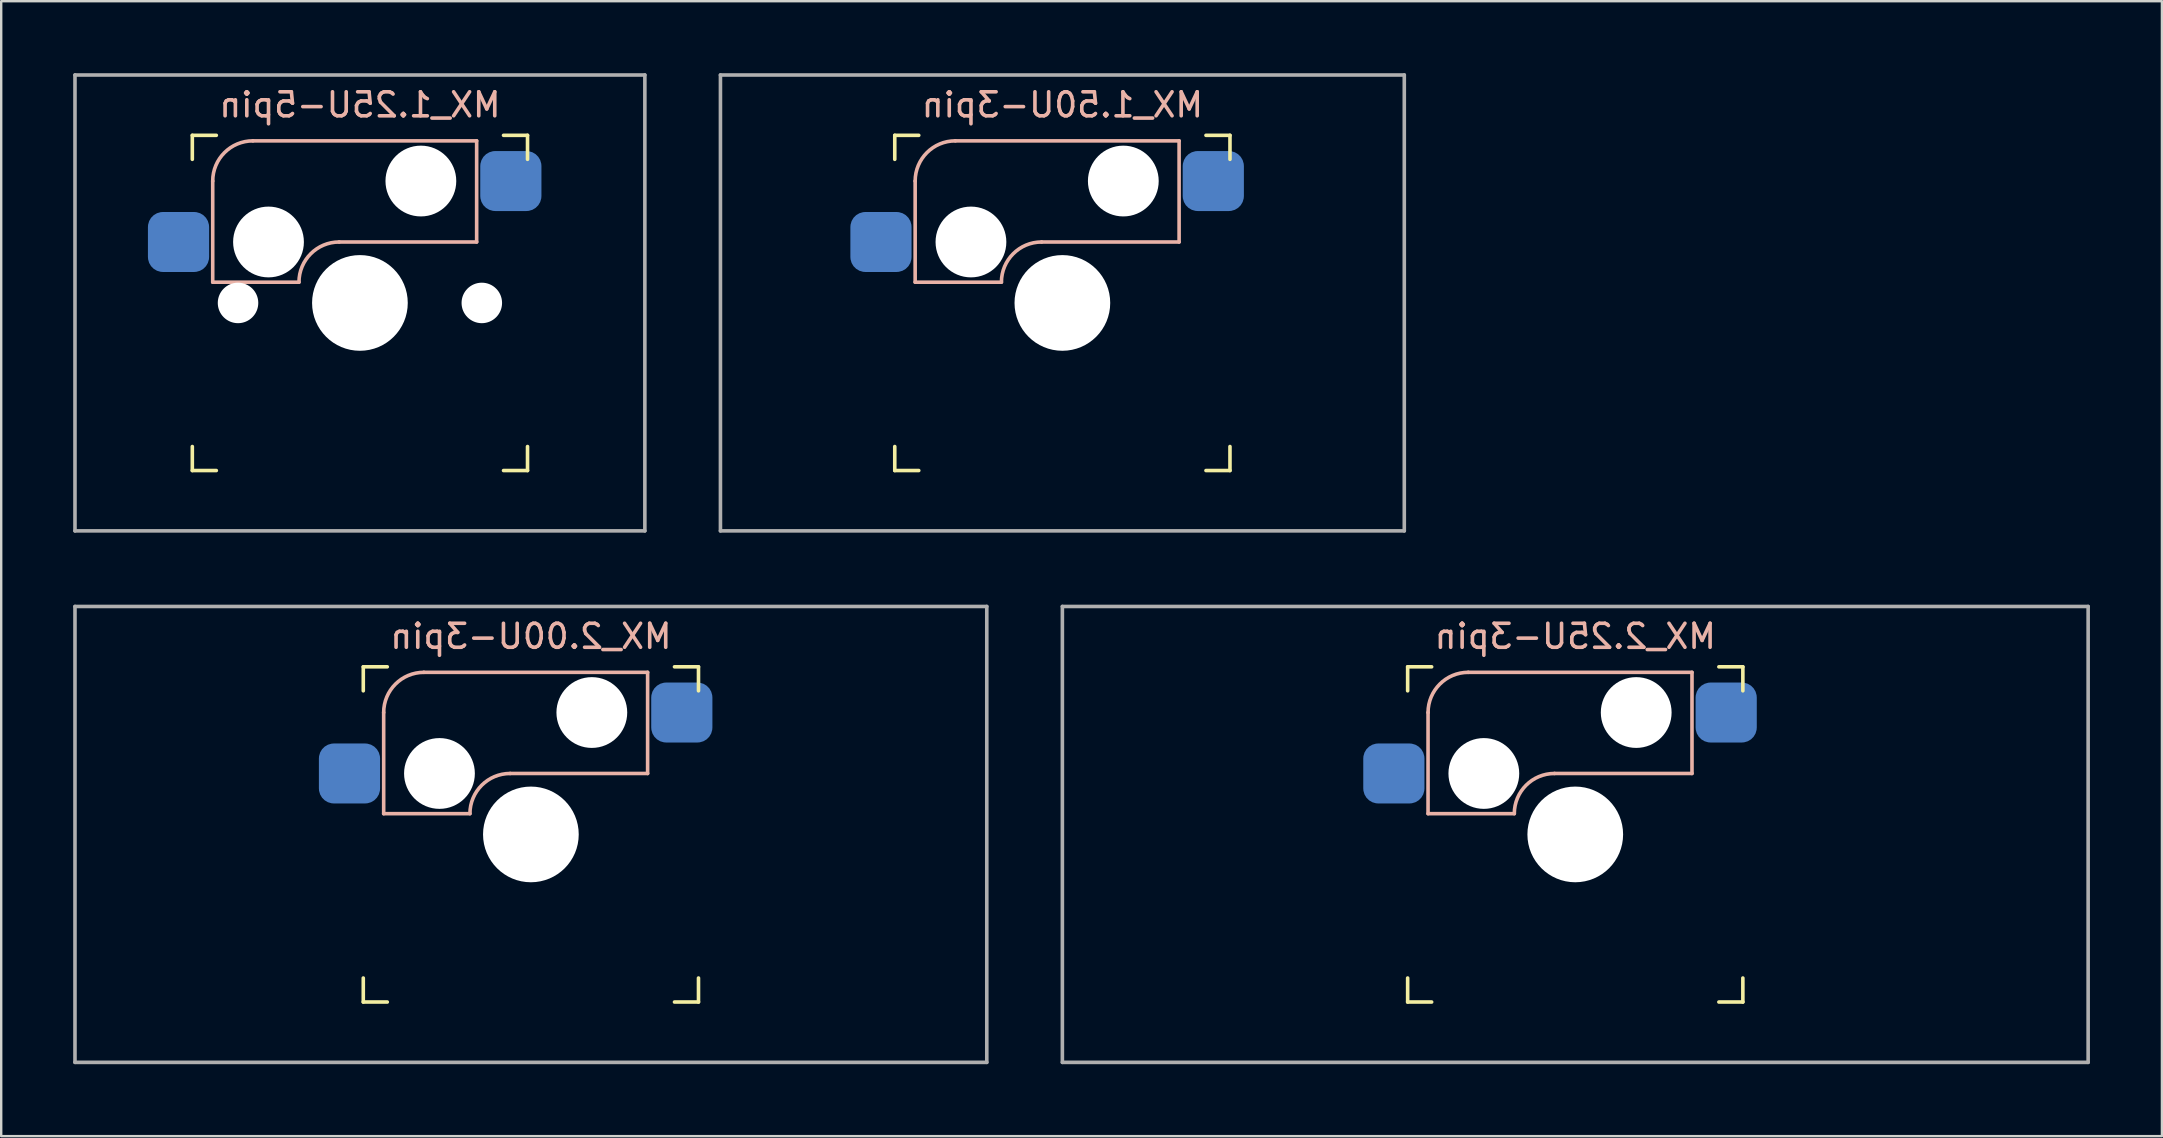
<source format=kicad_pcb>
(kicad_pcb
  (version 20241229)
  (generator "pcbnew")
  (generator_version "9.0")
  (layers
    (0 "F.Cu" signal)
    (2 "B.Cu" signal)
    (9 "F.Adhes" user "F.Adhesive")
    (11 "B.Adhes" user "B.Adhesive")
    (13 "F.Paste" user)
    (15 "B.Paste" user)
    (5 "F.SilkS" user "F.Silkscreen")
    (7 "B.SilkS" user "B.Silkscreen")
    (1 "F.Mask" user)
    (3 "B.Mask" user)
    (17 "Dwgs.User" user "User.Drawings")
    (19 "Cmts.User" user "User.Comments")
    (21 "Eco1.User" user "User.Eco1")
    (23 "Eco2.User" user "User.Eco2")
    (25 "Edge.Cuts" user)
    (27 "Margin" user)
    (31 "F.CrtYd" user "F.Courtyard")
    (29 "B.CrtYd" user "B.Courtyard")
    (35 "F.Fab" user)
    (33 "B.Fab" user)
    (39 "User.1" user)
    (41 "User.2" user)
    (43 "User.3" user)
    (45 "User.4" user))
  (footprint "MX_2.00U-3pin"
    (layer "F.Cu")
    (at 19.075 31.725)
    (property "Reference" "MX_2.00U-3pin" (at 0 -8.255 0) (layer "B.SilkS") (effects (font (size 1 1) (thickness 0.15)) (justify mirror)))
    (attr smd)
    (fp_line (start -6.985 -5.985) (end -6.985 -6.985) (stroke (width 0.15) (type solid)) (layer "F.SilkS"))
    (fp_line (start -6.985 6.985) (end -6.985 5.985) (stroke (width 0.15) (type solid)) (layer "F.SilkS"))
    (fp_line (start -6.985 6.985) (end -5.985 6.985) (stroke (width 0.15) (type solid)) (layer "F.SilkS"))
    (fp_line (start -5.985 -6.985) (end -6.985 -6.985) (stroke (width 0.15) (type solid)) (layer "F.SilkS"))
    (fp_line (start 5.985 6.985) (end 6.985 6.985) (stroke (width 0.15) (type solid)) (layer "F.SilkS"))
    (fp_line (start 6.985 -6.985) (end 5.985 -6.985) (stroke (width 0.15) (type solid)) (layer "F.SilkS"))
    (fp_line (start 6.985 -6.985) (end 6.985 -5.985) (stroke (width 0.15) (type solid)) (layer "F.SilkS"))
    (fp_line (start 6.985 5.985) (end 6.985 6.985) (stroke (width 0.15) (type solid)) (layer "F.SilkS"))
    (fp_line (start -6.135 -5.08) (end -6.135 -0.865) (stroke (width 0.15) (type solid)) (layer "B.SilkS"))
    (fp_line (start -6.135 -0.865) (end -2.54 -0.865) (stroke (width 0.15) (type solid)) (layer "B.SilkS"))
    (fp_line (start -4.46 -6.755) (end 4.865 -6.755) (stroke (width 0.15) (type solid)) (layer "B.SilkS"))
    (fp_line (start -0.865 -2.54) (end 4.865 -2.54) (stroke (width 0.15) (type solid)) (layer "B.SilkS"))
    (fp_line (start 4.865 -6.755) (end 4.865 -2.54) (stroke (width 0.15) (type solid)) (layer "B.SilkS"))
    (fp_arc (start -6.135 -5.08) (mid -5.644404 -6.264404) (end -4.46 -6.755) (stroke (width 0.15) (type solid)) (layer "B.SilkS"))
    (fp_arc (start -2.54 -0.865) (mid -2.049404 -2.049404) (end -0.865 -2.54) (stroke (width 0.15) (type solid)) (layer "B.SilkS"))
    (fp_line (start -6.985 6.985) (end -6.985 -6.985) (stroke (width 0.15) (type solid)) (layer "Eco2.User"))
    (fp_line (start -6.985 6.985) (end 6.985 6.985) (stroke (width 0.15) (type solid)) (layer "Eco2.User"))
    (fp_line (start 6.985 -6.985) (end -6.985 -6.985) (stroke (width 0.15) (type solid)) (layer "Eco2.User"))
    (fp_line (start 6.985 -6.985) (end 6.985 6.985) (stroke (width 0.15) (type solid)) (layer "Eco2.User"))
    (fp_line (start -19 -9.5) (end 19 -9.5) (stroke (width 0.15) (type solid)) (layer "F.Fab"))
    (fp_line (start -19 9.5) (end -19 -9.5) (stroke (width 0.15) (type solid)) (layer "F.Fab"))
    (fp_line (start 19 -9.5) (end 19 9.5) (stroke (width 0.15) (type solid)) (layer "F.Fab"))
    (fp_line (start 19 9.5) (end -19 9.5) (stroke (width 0.15) (type solid)) (layer "F.Fab"))
    (pad "" np_thru_hole circle (at -3.81 -2.54) (size 2.95 2.95) (drill 2.95) (layers "*.Cu" "*.Mask"))
    (pad "" np_thru_hole circle (at 0 0) (size 3.988 3.988) (drill 3.988) (layers "*.Cu" "*.Mask"))
    (pad "" np_thru_hole circle (at 2.54 -5.08) (size 2.95 2.95) (drill 2.95) (layers "*.Cu" "*.Mask"))
    (pad "1" smd roundrect (at 6.29 -5.08) (size 2.55 2.5) (layers "B.Cu" "B.Mask" "B.Paste") (roundrect_rratio 0.25))
    (pad "2" smd roundrect (at -7.56 -2.54) (size 2.55 2.5) (layers "B.Cu" "B.Mask" "B.Paste") (roundrect_rratio 0.25)))
  (footprint "MX_1.50U-3pin"
    (layer "F.Cu")
    (at 41.225 9.575)
    (property "Reference" "MX_1.50U-3pin" (at 0 -8.255 0) (layer "B.SilkS") (effects (font (size 1 1) (thickness 0.15)) (justify mirror)))
    (attr smd)
    (fp_line (start -6.985 -5.985) (end -6.985 -6.985) (stroke (width 0.15) (type solid)) (layer "F.SilkS"))
    (fp_line (start -6.985 6.985) (end -6.985 5.985) (stroke (width 0.15) (type solid)) (layer "F.SilkS"))
    (fp_line (start -6.985 6.985) (end -5.985 6.985) (stroke (width 0.15) (type solid)) (layer "F.SilkS"))
    (fp_line (start -5.985 -6.985) (end -6.985 -6.985) (stroke (width 0.15) (type solid)) (layer "F.SilkS"))
    (fp_line (start 5.985 6.985) (end 6.985 6.985) (stroke (width 0.15) (type solid)) (layer "F.SilkS"))
    (fp_line (start 6.985 -6.985) (end 5.985 -6.985) (stroke (width 0.15) (type solid)) (layer "F.SilkS"))
    (fp_line (start 6.985 -6.985) (end 6.985 -5.985) (stroke (width 0.15) (type solid)) (layer "F.SilkS"))
    (fp_line (start 6.985 5.985) (end 6.985 6.985) (stroke (width 0.15) (type solid)) (layer "F.SilkS"))
    (fp_line (start -6.135 -5.08) (end -6.135 -0.865) (stroke (width 0.15) (type solid)) (layer "B.SilkS"))
    (fp_line (start -6.135 -0.865) (end -2.54 -0.865) (stroke (width 0.15) (type solid)) (layer "B.SilkS"))
    (fp_line (start -4.46 -6.755) (end 4.865 -6.755) (stroke (width 0.15) (type solid)) (layer "B.SilkS"))
    (fp_line (start -0.865 -2.54) (end 4.865 -2.54) (stroke (width 0.15) (type solid)) (layer "B.SilkS"))
    (fp_line (start 4.865 -6.755) (end 4.865 -2.54) (stroke (width 0.15) (type solid)) (layer "B.SilkS"))
    (fp_arc (start -6.135 -5.08) (mid -5.644404 -6.264404) (end -4.46 -6.755) (stroke (width 0.15) (type solid)) (layer "B.SilkS"))
    (fp_arc (start -2.54 -0.865) (mid -2.049404 -2.049404) (end -0.865 -2.54) (stroke (width 0.15) (type solid)) (layer "B.SilkS"))
    (fp_line (start -6.985 6.985) (end -6.985 -6.985) (stroke (width 0.15) (type solid)) (layer "Eco2.User"))
    (fp_line (start -6.985 6.985) (end 6.985 6.985) (stroke (width 0.15) (type solid)) (layer "Eco2.User"))
    (fp_line (start 6.985 -6.985) (end -6.985 -6.985) (stroke (width 0.15) (type solid)) (layer "Eco2.User"))
    (fp_line (start 6.985 -6.985) (end 6.985 6.985) (stroke (width 0.15) (type solid)) (layer "Eco2.User"))
    (fp_line (start -14.25 -9.5) (end 14.25 -9.5) (stroke (width 0.15) (type solid)) (layer "F.Fab"))
    (fp_line (start -14.25 9.5) (end -14.25 -9.5) (stroke (width 0.15) (type solid)) (layer "F.Fab"))
    (fp_line (start 14.25 -9.5) (end 14.25 9.5) (stroke (width 0.15) (type solid)) (layer "F.Fab"))
    (fp_line (start 14.25 9.5) (end -14.25 9.5) (stroke (width 0.15) (type solid)) (layer "F.Fab"))
    (pad "" np_thru_hole circle (at -3.81 -2.54) (size 2.95 2.95) (drill 2.95) (layers "*.Cu" "*.Mask"))
    (pad "" np_thru_hole circle (at 0 0) (size 3.988 3.988) (drill 3.988) (layers "*.Cu" "*.Mask"))
    (pad "" np_thru_hole circle (at 2.54 -5.08) (size 2.95 2.95) (drill 2.95) (layers "*.Cu" "*.Mask"))
    (pad "1" smd roundrect (at 6.29 -5.08) (size 2.55 2.5) (layers "B.Cu" "B.Mask" "B.Paste") (roundrect_rratio 0.25))
    (pad "2" smd roundrect (at -7.56 -2.54) (size 2.55 2.5) (layers "B.Cu" "B.Mask" "B.Paste") (roundrect_rratio 0.25)))
  (footprint "MX_1.25U-5pin"
    (layer "F.Cu")
    (at 11.95 9.575)
    (property "Reference" "MX_1.25U-5pin" (at 0 -8.255 0) (layer "B.SilkS") (effects (font (size 1 1) (thickness 0.15)) (justify mirror)))
    (attr smd)
    (fp_line (start -6.985 -5.985) (end -6.985 -6.985) (stroke (width 0.15) (type solid)) (layer "F.SilkS"))
    (fp_line (start -6.985 6.985) (end -6.985 5.985) (stroke (width 0.15) (type solid)) (layer "F.SilkS"))
    (fp_line (start -6.985 6.985) (end -5.985 6.985) (stroke (width 0.15) (type solid)) (layer "F.SilkS"))
    (fp_line (start -5.985 -6.985) (end -6.985 -6.985) (stroke (width 0.15) (type solid)) (layer "F.SilkS"))
    (fp_line (start 5.985 6.985) (end 6.985 6.985) (stroke (width 0.15) (type solid)) (layer "F.SilkS"))
    (fp_line (start 6.985 -6.985) (end 5.985 -6.985) (stroke (width 0.15) (type solid)) (layer "F.SilkS"))
    (fp_line (start 6.985 -6.985) (end 6.985 -5.985) (stroke (width 0.15) (type solid)) (layer "F.SilkS"))
    (fp_line (start 6.985 5.985) (end 6.985 6.985) (stroke (width 0.15) (type solid)) (layer "F.SilkS"))
    (fp_line (start -6.135 -5.08) (end -6.135 -0.865) (stroke (width 0.15) (type solid)) (layer "B.SilkS"))
    (fp_line (start -6.135 -0.865) (end -2.54 -0.865) (stroke (width 0.15) (type solid)) (layer "B.SilkS"))
    (fp_line (start -4.46 -6.755) (end 4.865 -6.755) (stroke (width 0.15) (type solid)) (layer "B.SilkS"))
    (fp_line (start -0.865 -2.54) (end 4.865 -2.54) (stroke (width 0.15) (type solid)) (layer "B.SilkS"))
    (fp_line (start 4.865 -6.755) (end 4.865 -2.54) (stroke (width 0.15) (type solid)) (layer "B.SilkS"))
    (fp_arc (start -6.135 -5.08) (mid -5.644404 -6.264404) (end -4.46 -6.755) (stroke (width 0.15) (type solid)) (layer "B.SilkS"))
    (fp_arc (start -2.54 -0.865) (mid -2.049404 -2.049404) (end -0.865 -2.54) (stroke (width 0.15) (type solid)) (layer "B.SilkS"))
    (fp_line (start -6.985 6.985) (end -6.985 -6.985) (stroke (width 0.15) (type solid)) (layer "Eco2.User"))
    (fp_line (start -6.985 6.985) (end 6.985 6.985) (stroke (width 0.15) (type solid)) (layer "Eco2.User"))
    (fp_line (start 6.985 -6.985) (end -6.985 -6.985) (stroke (width 0.15) (type solid)) (layer "Eco2.User"))
    (fp_line (start 6.985 -6.985) (end 6.985 6.985) (stroke (width 0.15) (type solid)) (layer "Eco2.User"))
    (fp_line (start -11.875 -9.5) (end 11.875 -9.5) (stroke (width 0.15) (type solid)) (layer "F.Fab"))
    (fp_line (start -11.875 9.5) (end -11.875 -9.5) (stroke (width 0.15) (type solid)) (layer "F.Fab"))
    (fp_line (start 11.875 -9.5) (end 11.875 9.5) (stroke (width 0.15) (type solid)) (layer "F.Fab"))
    (fp_line (start 11.875 9.5) (end -11.875 9.5) (stroke (width 0.15) (type solid)) (layer "F.Fab"))
    (pad "" np_thru_hole circle (at -5.08 0) (size 1.688 1.688) (drill 1.688) (layers "*.Cu" "*.Mask"))
    (pad "" np_thru_hole circle (at -3.81 -2.54) (size 2.95 2.95) (drill 2.95) (layers "*.Cu" "*.Mask"))
    (pad "" np_thru_hole circle (at 0 0) (size 3.988 3.988) (drill 3.988) (layers "*.Cu" "*.Mask"))
    (pad "" np_thru_hole circle (at 2.54 -5.08) (size 2.95 2.95) (drill 2.95) (layers "*.Cu" "*.Mask"))
    (pad "" np_thru_hole circle (at 5.08 0) (size 1.688 1.688) (drill 1.688) (layers "*.Cu" "*.Mask"))
    (pad "1" smd roundrect (at 6.29 -5.08) (size 2.55 2.5) (layers "B.Cu" "B.Mask" "B.Paste") (roundrect_rratio 0.25))
    (pad "2" smd roundrect (at -7.56 -2.54) (size 2.55 2.5) (layers "B.Cu" "B.Mask" "B.Paste") (roundrect_rratio 0.25)))
  (footprint "MX_2.25U-3pin"
    (layer "F.Cu")
    (at 62.6 31.725)
    (property "Reference" "MX_2.25U-3pin" (at 0 -8.255 0) (layer "B.SilkS") (effects (font (size 1 1) (thickness 0.15)) (justify mirror)))
    (attr smd)
    (fp_line (start -6.985 -5.985) (end -6.985 -6.985) (stroke (width 0.15) (type solid)) (layer "F.SilkS"))
    (fp_line (start -6.985 6.985) (end -6.985 5.985) (stroke (width 0.15) (type solid)) (layer "F.SilkS"))
    (fp_line (start -6.985 6.985) (end -5.985 6.985) (stroke (width 0.15) (type solid)) (layer "F.SilkS"))
    (fp_line (start -5.985 -6.985) (end -6.985 -6.985) (stroke (width 0.15) (type solid)) (layer "F.SilkS"))
    (fp_line (start 5.985 6.985) (end 6.985 6.985) (stroke (width 0.15) (type solid)) (layer "F.SilkS"))
    (fp_line (start 6.985 -6.985) (end 5.985 -6.985) (stroke (width 0.15) (type solid)) (layer "F.SilkS"))
    (fp_line (start 6.985 -6.985) (end 6.985 -5.985) (stroke (width 0.15) (type solid)) (layer "F.SilkS"))
    (fp_line (start 6.985 5.985) (end 6.985 6.985) (stroke (width 0.15) (type solid)) (layer "F.SilkS"))
    (fp_line (start -6.135 -5.08) (end -6.135 -0.865) (stroke (width 0.15) (type solid)) (layer "B.SilkS"))
    (fp_line (start -6.135 -0.865) (end -2.54 -0.865) (stroke (width 0.15) (type solid)) (layer "B.SilkS"))
    (fp_line (start -4.46 -6.755) (end 4.865 -6.755) (stroke (width 0.15) (type solid)) (layer "B.SilkS"))
    (fp_line (start -0.865 -2.54) (end 4.865 -2.54) (stroke (width 0.15) (type solid)) (layer "B.SilkS"))
    (fp_line (start 4.865 -6.755) (end 4.865 -2.54) (stroke (width 0.15) (type solid)) (layer "B.SilkS"))
    (fp_arc (start -6.135 -5.08) (mid -5.644404 -6.264404) (end -4.46 -6.755) (stroke (width 0.15) (type solid)) (layer "B.SilkS"))
    (fp_arc (start -2.54 -0.865) (mid -2.049404 -2.049404) (end -0.865 -2.54) (stroke (width 0.15) (type solid)) (layer "B.SilkS"))
    (fp_line (start -6.985 6.985) (end -6.985 -6.985) (stroke (width 0.15) (type solid)) (layer "Eco2.User"))
    (fp_line (start -6.985 6.985) (end 6.985 6.985) (stroke (width 0.15) (type solid)) (layer "Eco2.User"))
    (fp_line (start 6.985 -6.985) (end -6.985 -6.985) (stroke (width 0.15) (type solid)) (layer "Eco2.User"))
    (fp_line (start 6.985 -6.985) (end 6.985 6.985) (stroke (width 0.15) (type solid)) (layer "Eco2.User"))
    (fp_line (start -21.375 -9.5) (end 21.375 -9.5) (stroke (width 0.15) (type solid)) (layer "F.Fab"))
    (fp_line (start -21.375 9.5) (end -21.375 -9.5) (stroke (width 0.15) (type solid)) (layer "F.Fab"))
    (fp_line (start 21.375 -9.5) (end 21.375 9.5) (stroke (width 0.15) (type solid)) (layer "F.Fab"))
    (fp_line (start 21.375 9.5) (end -21.375 9.5) (stroke (width 0.15) (type solid)) (layer "F.Fab"))
    (pad "" np_thru_hole circle (at -3.81 -2.54) (size 2.95 2.95) (drill 2.95) (layers "*.Cu" "*.Mask"))
    (pad "" np_thru_hole circle (at 0 0) (size 3.988 3.988) (drill 3.988) (layers "*.Cu" "*.Mask"))
    (pad "" np_thru_hole circle (at 2.54 -5.08) (size 2.95 2.95) (drill 2.95) (layers "*.Cu" "*.Mask"))
    (pad "1" smd roundrect (at 6.29 -5.08) (size 2.55 2.5) (layers "B.Cu" "B.Mask" "B.Paste") (roundrect_rratio 0.25))
    (pad "2" smd roundrect (at -7.56 -2.54) (size 2.55 2.5) (layers "B.Cu" "B.Mask" "B.Paste") (roundrect_rratio 0.25)))
  (gr_rect
    (start -3 -3)
    (end 87.05 44.3)
    (stroke (width 0.1) (type default))
    (fill no)
    (layer "Edge.Cuts")))
</source>
